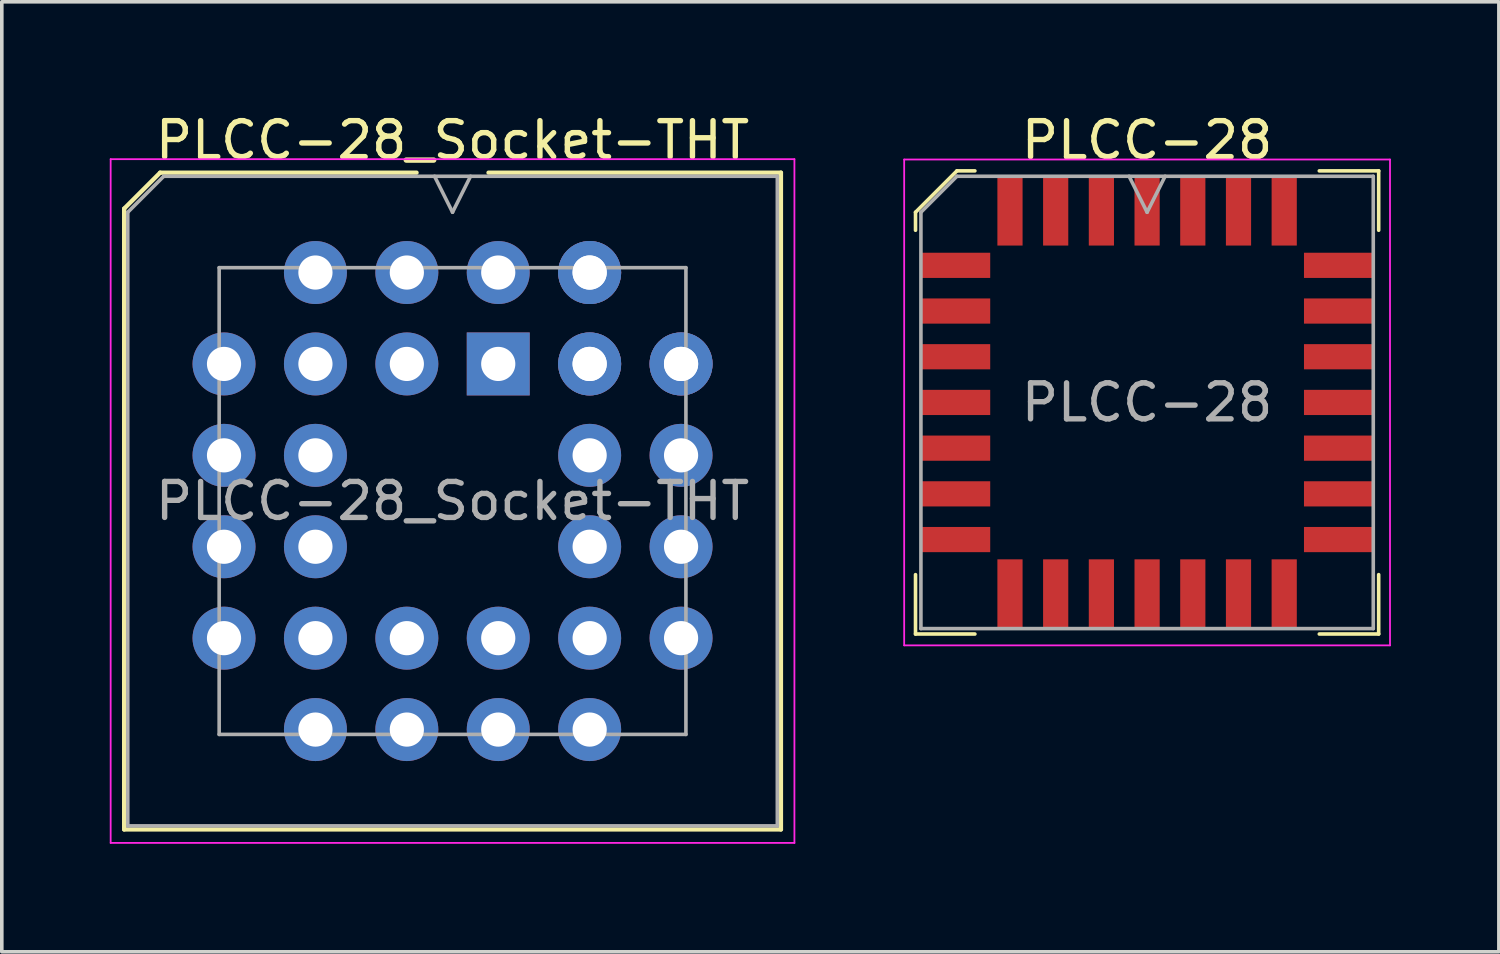
<source format=kicad_pcb>
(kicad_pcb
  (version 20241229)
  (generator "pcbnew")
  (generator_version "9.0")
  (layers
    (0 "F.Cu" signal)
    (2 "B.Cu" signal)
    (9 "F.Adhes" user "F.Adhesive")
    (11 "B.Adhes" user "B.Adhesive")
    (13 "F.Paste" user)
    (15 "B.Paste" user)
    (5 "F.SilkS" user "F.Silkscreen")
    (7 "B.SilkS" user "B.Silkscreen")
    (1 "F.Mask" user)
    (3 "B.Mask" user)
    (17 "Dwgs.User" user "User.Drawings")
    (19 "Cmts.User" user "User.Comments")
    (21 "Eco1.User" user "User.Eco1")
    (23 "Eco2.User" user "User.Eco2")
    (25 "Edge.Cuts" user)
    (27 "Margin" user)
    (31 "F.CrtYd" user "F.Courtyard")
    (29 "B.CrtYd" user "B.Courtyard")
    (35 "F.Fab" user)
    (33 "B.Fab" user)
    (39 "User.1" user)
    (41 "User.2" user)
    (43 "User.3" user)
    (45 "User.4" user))
  (footprint "PLCC-28"
    (layer "F.Cu")
    (at 28.825 8.133)
    (property "Reference" "PLCC-28" (at 0 -7.285 0) (layer "F.SilkS") (effects (font (size 1 1) (thickness 0.15))))
    (attr smd)
    (fp_line (start -6.435 -5.285) (end -6.435 -4.785) (stroke (width 0.1) (type solid)) (layer "F.SilkS"))
    (fp_line (start -6.435 6.435) (end -6.435 4.785) (stroke (width 0.1) (type solid)) (layer "F.SilkS"))
    (fp_line (start -5.285 -6.435) (end -6.435 -5.285) (stroke (width 0.1) (type solid)) (layer "F.SilkS"))
    (fp_line (start -4.785 -6.435) (end -5.285 -6.435) (stroke (width 0.1) (type solid)) (layer "F.SilkS"))
    (fp_line (start -4.785 6.435) (end -6.435 6.435) (stroke (width 0.1) (type solid)) (layer "F.SilkS"))
    (fp_line (start 4.785 -6.435) (end 6.435 -6.435) (stroke (width 0.1) (type solid)) (layer "F.SilkS"))
    (fp_line (start 4.785 6.435) (end 6.435 6.435) (stroke (width 0.1) (type solid)) (layer "F.SilkS"))
    (fp_line (start 6.435 -6.435) (end 6.435 -4.785) (stroke (width 0.1) (type solid)) (layer "F.SilkS"))
    (fp_line (start 6.435 6.435) (end 6.435 4.785) (stroke (width 0.1) (type solid)) (layer "F.SilkS"))
    (fp_line (start -6.75 -6.75) (end -6.75 6.75) (stroke (width 0.05) (type solid)) (layer "F.CrtYd"))
    (fp_line (start -6.75 6.75) (end 6.75 6.75) (stroke (width 0.05) (type solid)) (layer "F.CrtYd"))
    (fp_line (start 6.75 -6.75) (end -6.75 -6.75) (stroke (width 0.05) (type solid)) (layer "F.CrtYd"))
    (fp_line (start 6.75 6.75) (end 6.75 -6.75) (stroke (width 0.05) (type solid)) (layer "F.CrtYd"))
    (fp_line (start -6.285 -5.285) (end -6.285 6.285) (stroke (width 0.1) (type solid)) (layer "F.Fab"))
    (fp_line (start -6.285 6.285) (end 6.285 6.285) (stroke (width 0.1) (type solid)) (layer "F.Fab"))
    (fp_line (start -5.285 -6.285) (end -6.285 -5.285) (stroke (width 0.1) (type solid)) (layer "F.Fab"))
    (fp_line (start -0.5 -6.285) (end 0 -5.285) (stroke (width 0.1) (type solid)) (layer "F.Fab"))
    (fp_line (start 0 -5.285) (end 0.5 -6.285) (stroke (width 0.1) (type solid)) (layer "F.Fab"))
    (fp_line (start 6.285 -6.285) (end -5.285 -6.285) (stroke (width 0.1) (type solid)) (layer "F.Fab"))
    (fp_line (start 6.285 6.285) (end 6.285 -6.285) (stroke (width 0.1) (type solid)) (layer "F.Fab"))
    (fp_text user "${REFERENCE}" (at 0 0 0) (layer "F.Fab") (effects (font (size 1 1) (thickness 0.15))))
    (pad "1" smd rect (at 0 -5.322) (size 0.7 1.925) (layers "F.Cu" "F.Mask" "F.Paste"))
    (pad "2" smd rect (at -1.27 -5.322) (size 0.7 1.925) (layers "F.Cu" "F.Mask" "F.Paste"))
    (pad "3" smd rect (at -2.54 -5.322) (size 0.7 1.925) (layers "F.Cu" "F.Mask" "F.Paste"))
    (pad "4" smd rect (at -3.81 -5.322) (size 0.7 1.925) (layers "F.Cu" "F.Mask" "F.Paste"))
    (pad "5" smd rect (at -5.322 -3.81) (size 1.925 0.7) (layers "F.Cu" "F.Mask" "F.Paste"))
    (pad "6" smd rect (at -5.322 -2.54) (size 1.925 0.7) (layers "F.Cu" "F.Mask" "F.Paste"))
    (pad "7" smd rect (at -5.322 -1.27) (size 1.925 0.7) (layers "F.Cu" "F.Mask" "F.Paste"))
    (pad "8" smd rect (at -5.322 0) (size 1.925 0.7) (layers "F.Cu" "F.Mask" "F.Paste"))
    (pad "9" smd rect (at -5.322 1.27) (size 1.925 0.7) (layers "F.Cu" "F.Mask" "F.Paste"))
    (pad "10" smd rect (at -5.322 2.54) (size 1.925 0.7) (layers "F.Cu" "F.Mask" "F.Paste"))
    (pad "11" smd rect (at -5.322 3.81) (size 1.925 0.7) (layers "F.Cu" "F.Mask" "F.Paste"))
    (pad "12" smd rect (at -3.81 5.322) (size 0.7 1.925) (layers "F.Cu" "F.Mask" "F.Paste"))
    (pad "13" smd rect (at -2.54 5.322) (size 0.7 1.925) (layers "F.Cu" "F.Mask" "F.Paste"))
    (pad "14" smd rect (at -1.27 5.322) (size 0.7 1.925) (layers "F.Cu" "F.Mask" "F.Paste"))
    (pad "15" smd rect (at 0 5.322) (size 0.7 1.925) (layers "F.Cu" "F.Mask" "F.Paste"))
    (pad "16" smd rect (at 1.27 5.322) (size 0.7 1.925) (layers "F.Cu" "F.Mask" "F.Paste"))
    (pad "17" smd rect (at 2.54 5.322) (size 0.7 1.925) (layers "F.Cu" "F.Mask" "F.Paste"))
    (pad "18" smd rect (at 3.81 5.322) (size 0.7 1.925) (layers "F.Cu" "F.Mask" "F.Paste"))
    (pad "19" smd rect (at 5.322 3.81) (size 1.925 0.7) (layers "F.Cu" "F.Mask" "F.Paste"))
    (pad "20" smd rect (at 5.322 2.54) (size 1.925 0.7) (layers "F.Cu" "F.Mask" "F.Paste"))
    (pad "21" smd rect (at 5.322 1.27) (size 1.925 0.7) (layers "F.Cu" "F.Mask" "F.Paste"))
    (pad "22" smd rect (at 5.322 0) (size 1.925 0.7) (layers "F.Cu" "F.Mask" "F.Paste"))
    (pad "23" smd rect (at 5.322 -1.27) (size 1.925 0.7) (layers "F.Cu" "F.Mask" "F.Paste"))
    (pad "24" smd rect (at 5.322 -2.54) (size 1.925 0.7) (layers "F.Cu" "F.Mask" "F.Paste"))
    (pad "25" smd rect (at 5.322 -3.81) (size 1.925 0.7) (layers "F.Cu" "F.Mask" "F.Paste"))
    (pad "26" smd rect (at 3.81 -5.322) (size 0.7 1.925) (layers "F.Cu" "F.Mask" "F.Paste"))
    (pad "27" smd rect (at 2.54 -5.322) (size 0.7 1.925) (layers "F.Cu" "F.Mask" "F.Paste"))
    (pad "28" smd rect (at 1.27 -5.322) (size 0.7 1.925) (layers "F.Cu" "F.Mask" "F.Paste")))
  (footprint "PLCC-28_Socket-THT"
    (layer "F.Cu")
    (at 10.795 7.063)
    (property "Reference" "PLCC-28_Socket-THT" (at -1.27 -6.215 0) (layer "F.SilkS") (effects (font (size 1 1) (thickness 0.15))))
    (attr through_hole)
    (fp_line (start -10.395 -4.315) (end -10.395 12.935) (stroke (width 0.12) (type solid)) (layer "F.SilkS"))
    (fp_line (start -10.395 12.935) (end 7.855 12.935) (stroke (width 0.12) (type solid)) (layer "F.SilkS"))
    (fp_line (start -9.395 -5.315) (end -10.395 -4.315) (stroke (width 0.12) (type solid)) (layer "F.SilkS"))
    (fp_line (start -2.27 -5.315) (end -9.395 -5.315) (stroke (width 0.12) (type solid)) (layer "F.SilkS"))
    (fp_line (start 7.855 -5.315) (end -0.27 -5.315) (stroke (width 0.12) (type solid)) (layer "F.SilkS"))
    (fp_line (start 7.855 12.935) (end 7.855 -5.315) (stroke (width 0.12) (type solid)) (layer "F.SilkS"))
    (fp_line (start -10.77 -5.69) (end -10.77 13.31) (stroke (width 0.05) (type solid)) (layer "F.CrtYd"))
    (fp_line (start -10.77 13.31) (end 8.23 13.31) (stroke (width 0.05) (type solid)) (layer "F.CrtYd"))
    (fp_line (start 8.23 -5.69) (end -10.77 -5.69) (stroke (width 0.05) (type solid)) (layer "F.CrtYd"))
    (fp_line (start 8.23 13.31) (end 8.23 -5.69) (stroke (width 0.05) (type solid)) (layer "F.CrtYd"))
    (fp_line (start -10.295 -4.215) (end -10.295 12.835) (stroke (width 0.1) (type solid)) (layer "F.Fab"))
    (fp_line (start -10.295 12.835) (end 7.755 12.835) (stroke (width 0.1) (type solid)) (layer "F.Fab"))
    (fp_line (start -9.295 -5.215) (end -10.295 -4.215) (stroke (width 0.1) (type solid)) (layer "F.Fab"))
    (fp_line (start -7.755 -2.675) (end -7.755 10.295) (stroke (width 0.1) (type solid)) (layer "F.Fab"))
    (fp_line (start -7.755 10.295) (end 5.215 10.295) (stroke (width 0.1) (type solid)) (layer "F.Fab"))
    (fp_line (start -1.77 -5.215) (end -1.27 -4.215) (stroke (width 0.1) (type solid)) (layer "F.Fab"))
    (fp_line (start -1.27 -4.215) (end -0.77 -5.215) (stroke (width 0.1) (type solid)) (layer "F.Fab"))
    (fp_line (start 5.215 -2.675) (end -7.755 -2.675) (stroke (width 0.1) (type solid)) (layer "F.Fab"))
    (fp_line (start 5.215 10.295) (end 5.215 -2.675) (stroke (width 0.1) (type solid)) (layer "F.Fab"))
    (fp_line (start 7.755 -5.215) (end -9.295 -5.215) (stroke (width 0.1) (type solid)) (layer "F.Fab"))
    (fp_line (start 7.755 12.835) (end 7.755 -5.215) (stroke (width 0.1) (type solid)) (layer "F.Fab"))
    (fp_text user "${REFERENCE}" (at -1.27 3.81 0) (layer "F.Fab") (effects (font (size 1 1) (thickness 0.15))))
    (pad "1" thru_hole rect (at 0 0) (size 1.75 1.75) (drill 0.95) (layers "*.Cu" "*.Mask"))
    (pad "2" thru_hole circle (at -2.54 -2.54) (size 1.75 1.75) (drill 0.95) (layers "*.Cu" "*.Mask"))
    (pad "3" thru_hole circle (at -2.54 0) (size 1.75 1.75) (drill 0.95) (layers "*.Cu" "*.Mask"))
    (pad "4" thru_hole circle (at -5.08 -2.54) (size 1.75 1.75) (drill 0.95) (layers "*.Cu" "*.Mask"))
    (pad "5" thru_hole circle (at -7.62 0) (size 1.75 1.75) (drill 0.95) (layers "*.Cu" "*.Mask"))
    (pad "6" thru_hole circle (at -5.08 0) (size 1.75 1.75) (drill 0.95) (layers "*.Cu" "*.Mask"))
    (pad "7" thru_hole circle (at -7.62 2.54) (size 1.75 1.75) (drill 0.95) (layers "*.Cu" "*.Mask"))
    (pad "8" thru_hole circle (at -5.08 2.54) (size 1.75 1.75) (drill 0.95) (layers "*.Cu" "*.Mask"))
    (pad "9" thru_hole circle (at -7.62 5.08) (size 1.75 1.75) (drill 0.95) (layers "*.Cu" "*.Mask"))
    (pad "10" thru_hole circle (at -5.08 5.08) (size 1.75 1.75) (drill 0.95) (layers "*.Cu" "*.Mask"))
    (pad "11" thru_hole circle (at -7.62 7.62) (size 1.75 1.75) (drill 0.95) (layers "*.Cu" "*.Mask"))
    (pad "12" thru_hole circle (at -5.08 10.16) (size 1.75 1.75) (drill 0.95) (layers "*.Cu" "*.Mask"))
    (pad "13" thru_hole circle (at -5.08 7.62) (size 1.75 1.75) (drill 0.95) (layers "*.Cu" "*.Mask"))
    (pad "14" thru_hole circle (at -2.54 10.16) (size 1.75 1.75) (drill 0.95) (layers "*.Cu" "*.Mask"))
    (pad "15" thru_hole circle (at -2.54 7.62) (size 1.75 1.75) (drill 0.95) (layers "*.Cu" "*.Mask"))
    (pad "16" thru_hole circle (at 0 10.16) (size 1.75 1.75) (drill 0.95) (layers "*.Cu" "*.Mask"))
    (pad "17" thru_hole circle (at 0 7.62) (size 1.75 1.75) (drill 0.95) (layers "*.Cu" "*.Mask"))
    (pad "18" thru_hole circle (at 2.54 10.16) (size 1.75 1.75) (drill 0.95) (layers "*.Cu" "*.Mask"))
    (pad "19" thru_hole circle (at 2.54 7.62) (size 1.75 1.75) (drill 0.95) (layers "*.Cu" "*.Mask"))
    (pad "19" thru_hole circle (at 5.08 7.62) (size 1.75 1.75) (drill 0.95) (layers "*.Cu" "*.Mask"))
    (pad "20" thru_hole circle (at 2.54 5.08) (size 1.75 1.75) (drill 0.95) (layers "*.Cu" "*.Mask"))
    (pad "21" thru_hole circle (at 5.08 5.08) (size 1.75 1.75) (drill 0.95) (layers "*.Cu" "*.Mask"))
    (pad "22" thru_hole circle (at 2.54 2.54) (size 1.75 1.75) (drill 0.95) (layers "*.Cu" "*.Mask"))
    (pad "23" thru_hole circle (at 5.08 2.54) (size 1.75 1.75) (drill 0.95) (layers "*.Cu" "*.Mask"))
    (pad "24" thru_hole circle (at 2.54 0) (size 1.75 1.75) (drill 0.95) (layers "*.Cu" "*.Mask"))
    (pad "25" thru_hole circle (at 5.08 0) (size 1.75 1.75) (drill 0.95) (layers "*.Cu" "*.Mask"))
    (pad "25" thru_hole circle (at 5.08 0) (size 1.75 1.75) (drill 0.95) (layers "*.Cu" "*.Mask"))
    (pad "26" thru_hole circle (at 2.54 -2.54) (size 1.75 1.75) (drill 0.95) (layers "*.Cu" "*.Mask"))
    (pad "26" thru_hole circle (at 2.54 -2.54) (size 1.75 1.75) (drill 0.95) (layers "*.Cu" "*.Mask"))
    (pad "27" thru_hole circle (at 2.54 0) (size 1.75 1.75) (drill 0.95) (layers "*.Cu" "*.Mask"))
    (pad "28" thru_hole circle (at 0 -2.54) (size 1.75 1.75) (drill 0.95) (layers "*.Cu" "*.Mask")))
  (gr_rect
    (start -3 -3)
    (end 38.6 23.398)
    (stroke (width 0.1) (type default))
    (fill no)
    (layer "Edge.Cuts")))
</source>
